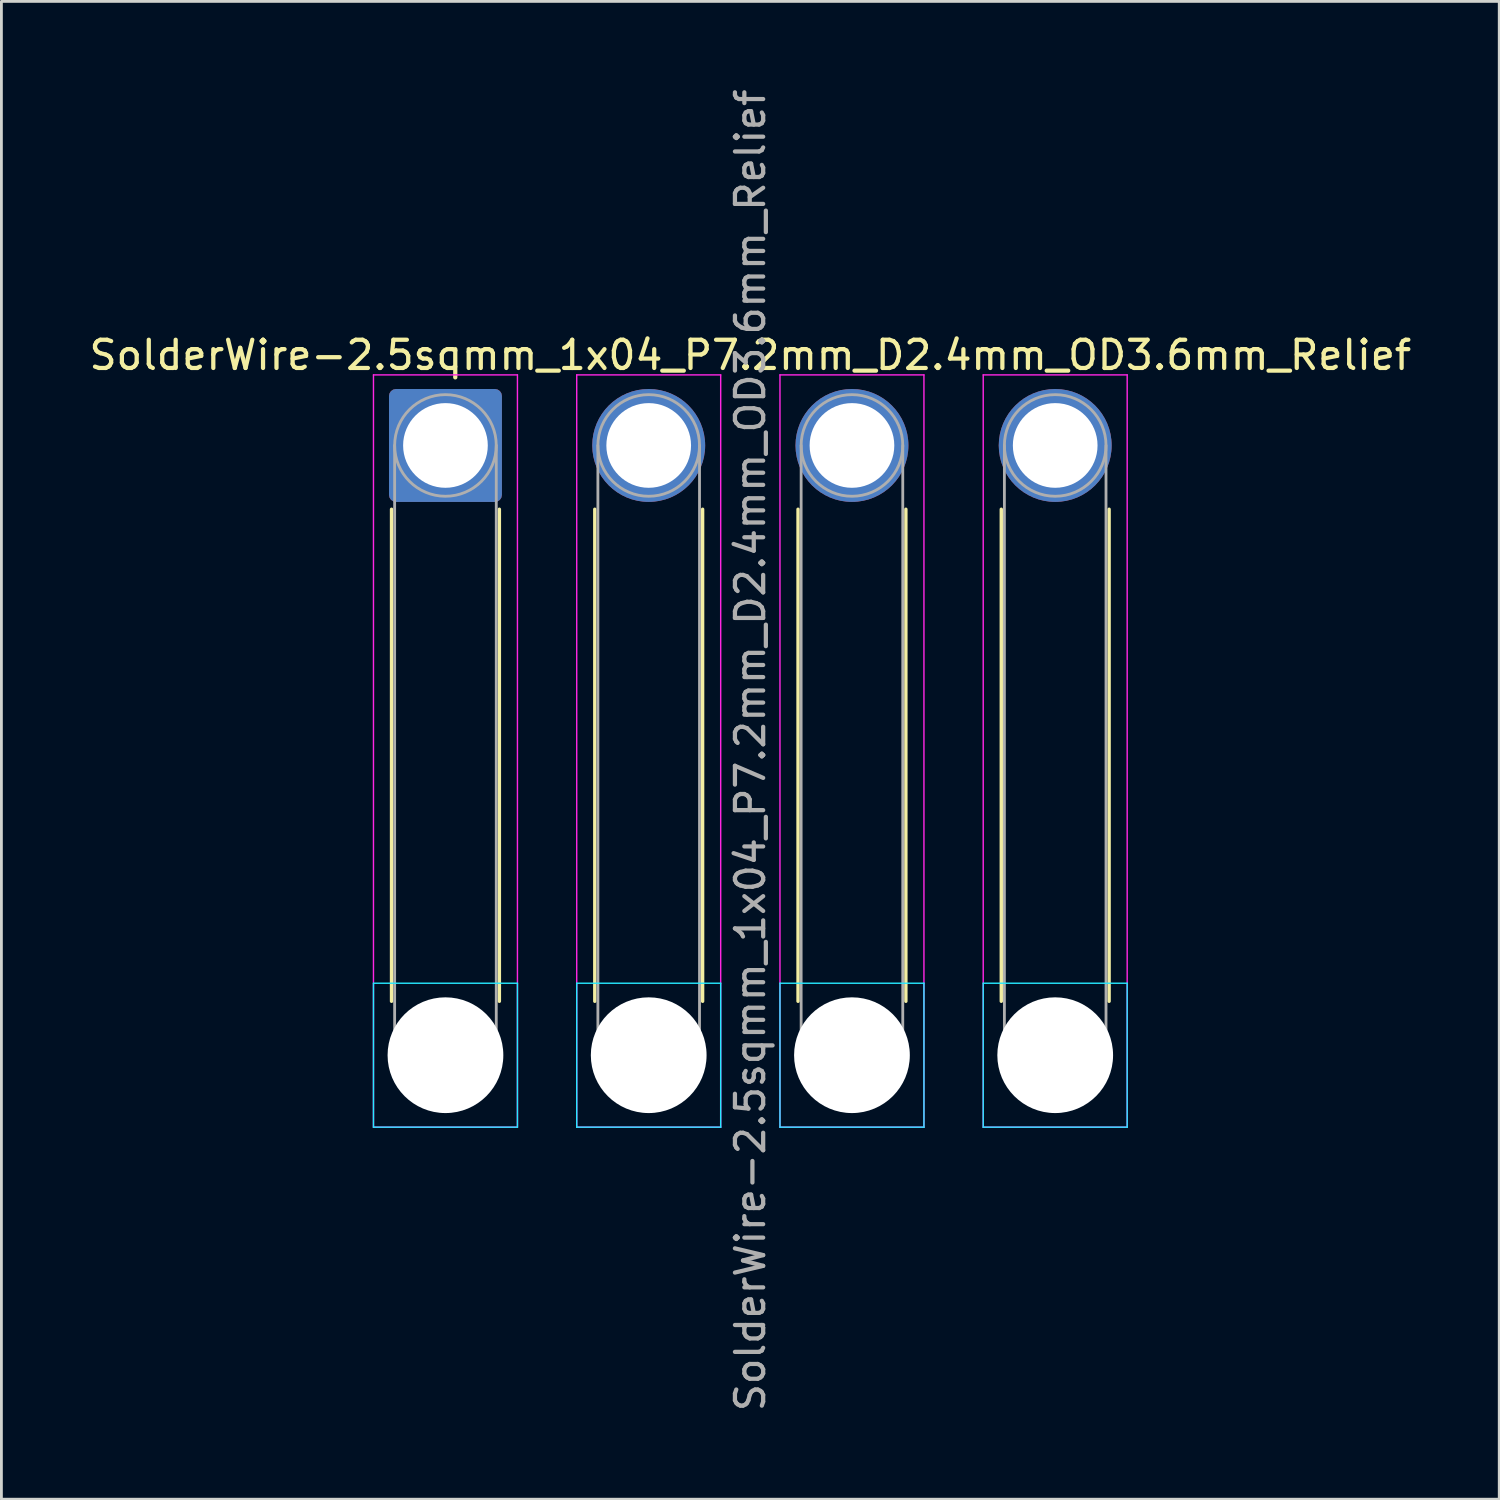
<source format=kicad_pcb>
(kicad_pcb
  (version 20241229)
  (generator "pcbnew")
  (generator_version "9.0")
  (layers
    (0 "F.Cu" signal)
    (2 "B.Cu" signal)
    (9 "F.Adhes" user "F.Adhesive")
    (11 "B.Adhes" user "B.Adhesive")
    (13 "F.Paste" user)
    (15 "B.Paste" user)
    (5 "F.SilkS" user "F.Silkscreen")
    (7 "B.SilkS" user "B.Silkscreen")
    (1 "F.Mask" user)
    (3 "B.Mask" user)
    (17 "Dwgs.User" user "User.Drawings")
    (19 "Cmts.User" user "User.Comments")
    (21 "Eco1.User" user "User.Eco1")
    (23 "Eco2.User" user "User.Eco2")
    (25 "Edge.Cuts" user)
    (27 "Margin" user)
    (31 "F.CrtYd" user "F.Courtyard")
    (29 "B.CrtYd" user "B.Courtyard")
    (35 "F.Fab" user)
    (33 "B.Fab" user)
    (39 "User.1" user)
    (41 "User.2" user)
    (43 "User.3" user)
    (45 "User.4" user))
  (footprint "SolderWire-2.5sqmm_1x04_P7.2mm_D2.4mm_OD3.6mm_Relief"
    (layer "F.Cu")
    (at 12.73 12.73)
    (property "Reference" "SolderWire-2.5sqmm_1x04_P7.2mm_D2.4mm_OD3.6mm_Relief" (at 10.8 -3.2 0) (layer "F.SilkS") (effects (font (size 1 1) (thickness 0.15))))
    (attr exclude_from_pos_files exclude_from_bom)
    (fp_line (start -1.91 2.26) (end -1.91 19.69) (stroke (width 0.12) (type solid)) (layer "F.SilkS"))
    (fp_line (start 1.91 2.26) (end 1.91 19.69) (stroke (width 0.12) (type solid)) (layer "F.SilkS"))
    (fp_line (start 5.29 2.26) (end 5.29 19.69) (stroke (width 0.12) (type solid)) (layer "F.SilkS"))
    (fp_line (start 9.11 2.26) (end 9.11 19.69) (stroke (width 0.12) (type solid)) (layer "F.SilkS"))
    (fp_line (start 12.49 2.26) (end 12.49 19.69) (stroke (width 0.12) (type solid)) (layer "F.SilkS"))
    (fp_line (start 16.31 2.26) (end 16.31 19.69) (stroke (width 0.12) (type solid)) (layer "F.SilkS"))
    (fp_line (start 19.69 2.26) (end 19.69 19.69) (stroke (width 0.12) (type solid)) (layer "F.SilkS"))
    (fp_line (start 23.51 2.26) (end 23.51 19.69) (stroke (width 0.12) (type solid)) (layer "F.SilkS"))
    (fp_line (start -2.55 19.05) (end -2.55 24.15) (stroke (width 0.05) (type solid)) (layer "B.CrtYd"))
    (fp_line (start -2.55 24.15) (end 2.55 24.15) (stroke (width 0.05) (type solid)) (layer "B.CrtYd"))
    (fp_line (start 2.55 19.05) (end -2.55 19.05) (stroke (width 0.05) (type solid)) (layer "B.CrtYd"))
    (fp_line (start 2.55 24.15) (end 2.55 19.05) (stroke (width 0.05) (type solid)) (layer "B.CrtYd"))
    (fp_line (start 4.65 19.05) (end 4.65 24.15) (stroke (width 0.05) (type solid)) (layer "B.CrtYd"))
    (fp_line (start 4.65 24.15) (end 9.75 24.15) (stroke (width 0.05) (type solid)) (layer "B.CrtYd"))
    (fp_line (start 9.75 19.05) (end 4.65 19.05) (stroke (width 0.05) (type solid)) (layer "B.CrtYd"))
    (fp_line (start 9.75 24.15) (end 9.75 19.05) (stroke (width 0.05) (type solid)) (layer "B.CrtYd"))
    (fp_line (start 11.85 19.05) (end 11.85 24.15) (stroke (width 0.05) (type solid)) (layer "B.CrtYd"))
    (fp_line (start 11.85 24.15) (end 16.95 24.15) (stroke (width 0.05) (type solid)) (layer "B.CrtYd"))
    (fp_line (start 16.95 19.05) (end 11.85 19.05) (stroke (width 0.05) (type solid)) (layer "B.CrtYd"))
    (fp_line (start 16.95 24.15) (end 16.95 19.05) (stroke (width 0.05) (type solid)) (layer "B.CrtYd"))
    (fp_line (start 19.05 19.05) (end 19.05 24.15) (stroke (width 0.05) (type solid)) (layer "B.CrtYd"))
    (fp_line (start 19.05 24.15) (end 24.15 24.15) (stroke (width 0.05) (type solid)) (layer "B.CrtYd"))
    (fp_line (start 24.15 19.05) (end 19.05 19.05) (stroke (width 0.05) (type solid)) (layer "B.CrtYd"))
    (fp_line (start 24.15 24.15) (end 24.15 19.05) (stroke (width 0.05) (type solid)) (layer "B.CrtYd"))
    (fp_line (start -2.55 -2.5) (end -2.55 24.15) (stroke (width 0.05) (type solid)) (layer "F.CrtYd"))
    (fp_line (start -2.55 24.15) (end 2.55 24.15) (stroke (width 0.05) (type solid)) (layer "F.CrtYd"))
    (fp_line (start 2.55 -2.5) (end -2.55 -2.5) (stroke (width 0.05) (type solid)) (layer "F.CrtYd"))
    (fp_line (start 2.55 24.15) (end 2.55 -2.5) (stroke (width 0.05) (type solid)) (layer "F.CrtYd"))
    (fp_line (start 4.65 -2.5) (end 4.65 24.15) (stroke (width 0.05) (type solid)) (layer "F.CrtYd"))
    (fp_line (start 4.65 24.15) (end 9.75 24.15) (stroke (width 0.05) (type solid)) (layer "F.CrtYd"))
    (fp_line (start 9.75 -2.5) (end 4.65 -2.5) (stroke (width 0.05) (type solid)) (layer "F.CrtYd"))
    (fp_line (start 9.75 24.15) (end 9.75 -2.5) (stroke (width 0.05) (type solid)) (layer "F.CrtYd"))
    (fp_line (start 11.85 -2.5) (end 11.85 24.15) (stroke (width 0.05) (type solid)) (layer "F.CrtYd"))
    (fp_line (start 11.85 24.15) (end 16.95 24.15) (stroke (width 0.05) (type solid)) (layer "F.CrtYd"))
    (fp_line (start 16.95 -2.5) (end 11.85 -2.5) (stroke (width 0.05) (type solid)) (layer "F.CrtYd"))
    (fp_line (start 16.95 24.15) (end 16.95 -2.5) (stroke (width 0.05) (type solid)) (layer "F.CrtYd"))
    (fp_line (start 19.05 -2.5) (end 19.05 24.15) (stroke (width 0.05) (type solid)) (layer "F.CrtYd"))
    (fp_line (start 19.05 24.15) (end 24.15 24.15) (stroke (width 0.05) (type solid)) (layer "F.CrtYd"))
    (fp_line (start 24.15 -2.5) (end 19.05 -2.5) (stroke (width 0.05) (type solid)) (layer "F.CrtYd"))
    (fp_line (start 24.15 24.15) (end 24.15 -2.5) (stroke (width 0.05) (type solid)) (layer "F.CrtYd"))
    (fp_line (start -1.8 0) (end -1.8 21.6) (stroke (width 0.1) (type solid)) (layer "F.Fab"))
    (fp_line (start 1.8 0) (end 1.8 21.6) (stroke (width 0.1) (type solid)) (layer "F.Fab"))
    (fp_line (start 5.4 0) (end 5.4 21.6) (stroke (width 0.1) (type solid)) (layer "F.Fab"))
    (fp_line (start 9 0) (end 9 21.6) (stroke (width 0.1) (type solid)) (layer "F.Fab"))
    (fp_line (start 12.6 0) (end 12.6 21.6) (stroke (width 0.1) (type solid)) (layer "F.Fab"))
    (fp_line (start 16.2 0) (end 16.2 21.6) (stroke (width 0.1) (type solid)) (layer "F.Fab"))
    (fp_line (start 19.8 0) (end 19.8 21.6) (stroke (width 0.1) (type solid)) (layer "F.Fab"))
    (fp_line (start 23.4 0) (end 23.4 21.6) (stroke (width 0.1) (type solid)) (layer "F.Fab"))
    (fp_circle (center 0 0) (end 1.8 0) (stroke (width 0.1) (type solid)) (fill no) (layer "F.Fab"))
    (fp_circle (center 0 21.6) (end 1.8 21.6) (stroke (width 0.1) (type solid)) (fill no) (layer "F.Fab"))
    (fp_circle (center 7.2 0) (end 9 0) (stroke (width 0.1) (type solid)) (fill no) (layer "F.Fab"))
    (fp_circle (center 7.2 21.6) (end 9 21.6) (stroke (width 0.1) (type solid)) (fill no) (layer "F.Fab"))
    (fp_circle (center 14.4 0) (end 16.2 0) (stroke (width 0.1) (type solid)) (fill no) (layer "F.Fab"))
    (fp_circle (center 14.4 21.6) (end 16.2 21.6) (stroke (width 0.1) (type solid)) (fill no) (layer "F.Fab"))
    (fp_circle (center 21.6 0) (end 23.4 0) (stroke (width 0.1) (type solid)) (fill no) (layer "F.Fab"))
    (fp_circle (center 21.6 21.6) (end 23.4 21.6) (stroke (width 0.1) (type solid)) (fill no) (layer "F.Fab"))
    (fp_text user "${REFERENCE}" (at 10.8 10.8 90) (layer "F.Fab") (effects (font (size 1 1) (thickness 0.15))))
    (pad "" np_thru_hole circle (at 0 21.6) (size 4.1 4.1) (drill 4.1) (layers "*.Cu" "*.Mask"))
    (pad "" np_thru_hole circle (at 7.2 21.6) (size 4.1 4.1) (drill 4.1) (layers "*.Cu" "*.Mask"))
    (pad "" np_thru_hole circle (at 14.4 21.6) (size 4.1 4.1) (drill 4.1) (layers "*.Cu" "*.Mask"))
    (pad "" np_thru_hole circle (at 21.6 21.6) (size 4.1 4.1) (drill 4.1) (layers "*.Cu" "*.Mask"))
    (pad "1" thru_hole roundrect (at 0 0) (size 4 4) (drill 3) (layers "*.Cu" "*.Mask") (roundrect_rratio 0.062))
    (pad "2" thru_hole circle (at 7.2 0) (size 4 4) (drill 3) (layers "*.Cu" "*.Mask"))
    (pad "3" thru_hole circle (at 14.4 0) (size 4 4) (drill 3) (layers "*.Cu" "*.Mask"))
    (pad "4" thru_hole circle (at 21.6 0) (size 4 4) (drill 3) (layers "*.Cu" "*.Mask")))
  (gr_rect
    (start -3 -3)
    (end 50.06 50.06)
    (stroke (width 0.1) (type default))
    (fill no)
    (layer "Edge.Cuts")))
</source>
